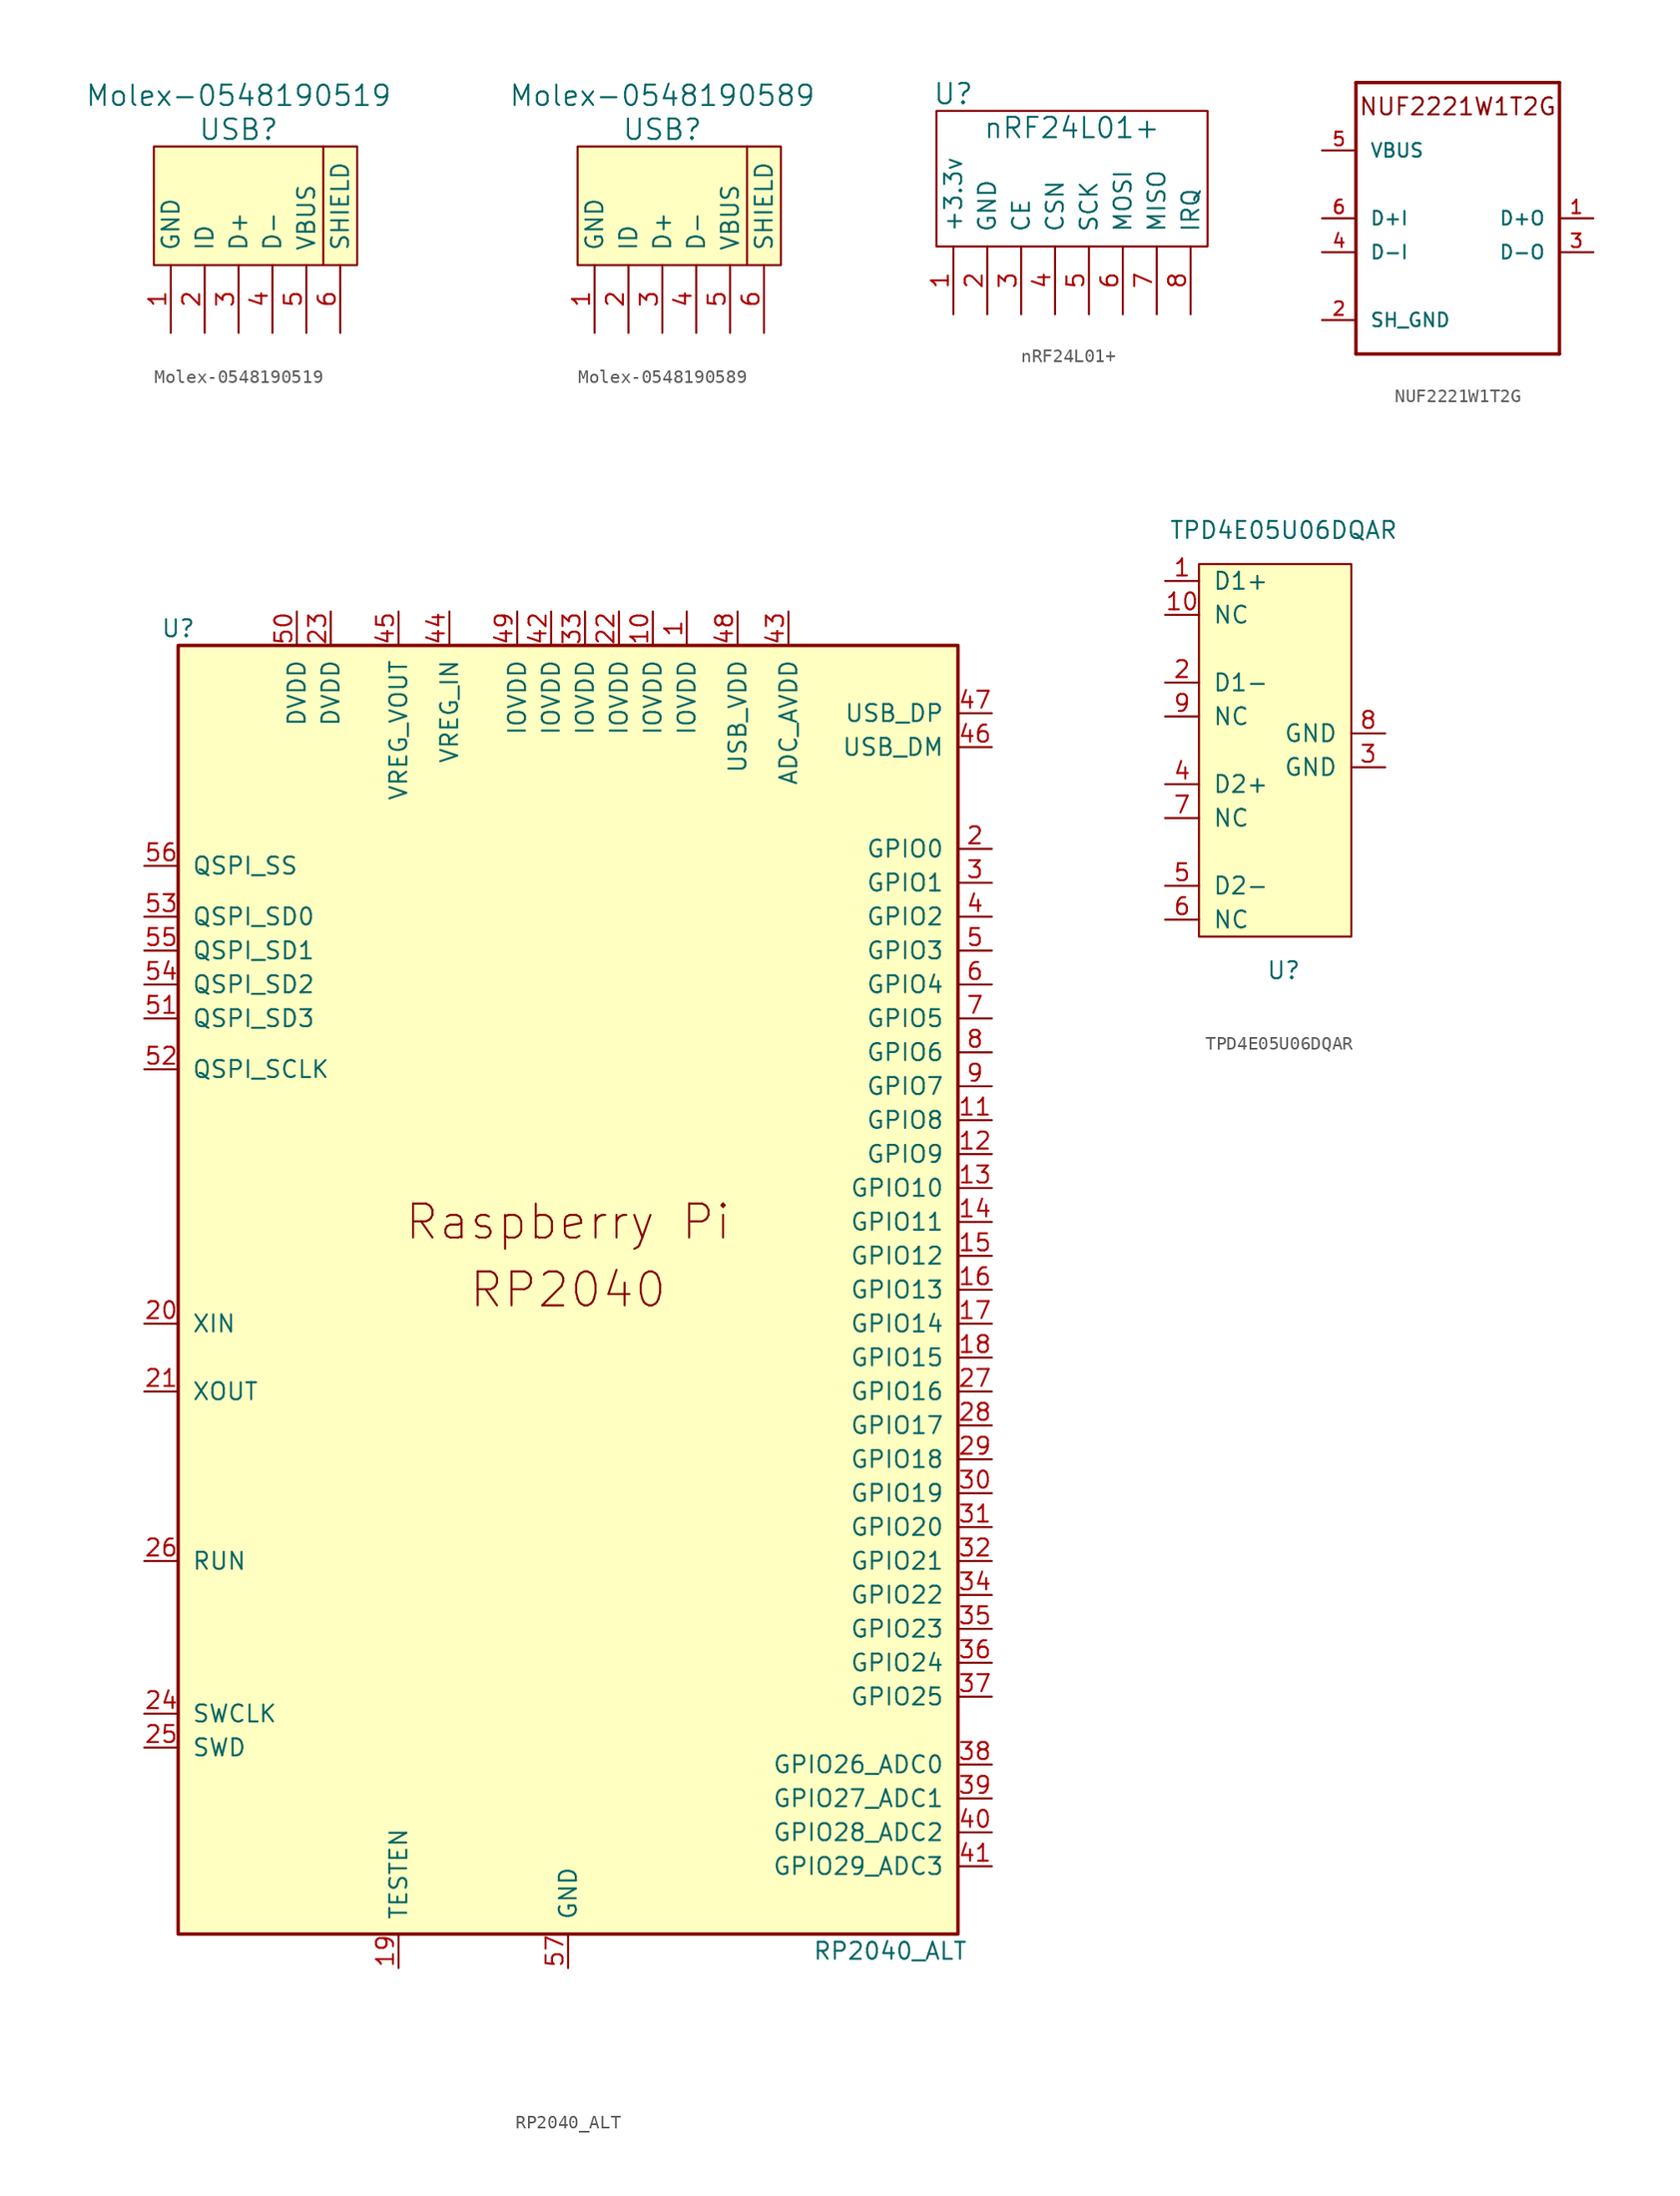
<source format=kicad_sym>
(kicad_symbol_lib
  (version 20220914)
  (generator kicad_symbol_editor)
  (symbol "Molex-0548190519"
    (pin_names
      (offset 1.016))
    (property "Reference" "USB"
      (at 0 7.62 0)
      (effects (font (size 1.524 1.524))))
    (property "Value" "Molex-0548190519"
      (at 0 10.16 0)
      (effects (font (size 1.524 1.524))))
    (symbol "Molex-0548190519_0_0"
      (polyline (pts (xy 6.35 -2.54) (xy 6.35 6.35)) (stroke (width 0) (type solid)) (fill (type none)))
      (rectangle (start 8.89 -2.54) (end -6.35 6.35) (stroke (width 0) (type solid)) (fill (type background))))
    (symbol "Molex-0548190519_1_1"
      (pin input line (at -5.08 -7.62 90) (length 5.08) (name "GND" (effects (font (size 1.27 1.27)))) (number "1" (effects (font (size 1.27 1.27)))))
      (pin input line (at -2.54 -7.62 90) (length 5.08) (name "ID" (effects (font (size 1.27 1.27)))) (number "2" (effects (font (size 1.27 1.27)))))
      (pin input line (at 0 -7.62 90) (length 5.08) (name "D+" (effects (font (size 1.27 1.27)))) (number "3" (effects (font (size 1.27 1.27)))))
      (pin input line (at 2.54 -7.62 90) (length 5.08) (name "D-" (effects (font (size 1.27 1.27)))) (number "4" (effects (font (size 1.27 1.27)))))
      (pin input line (at 5.08 -7.62 90) (length 5.08) (name "VBUS" (effects (font (size 1.27 1.27)))) (number "5" (effects (font (size 1.27 1.27)))))
      (pin input line (at 7.62 -7.62 90) (length 5.08) (name "SHIELD" (effects (font (size 1.27 1.27)))) (number "6" (effects (font (size 1.27 1.27)))))))
  (symbol "Molex-0548190589"
    (pin_names
      (offset 1.016))
    (property "Reference" "USB"
      (at 0 7.62 0)
      (effects (font (size 1.524 1.524))))
    (property "Value" "Molex-0548190589"
      (at 0 10.16 0)
      (effects (font (size 1.524 1.524))))
    (symbol "Molex-0548190589_0_0"
      (polyline (pts (xy 6.35 -2.54) (xy 6.35 6.35)) (stroke (width 0) (type solid)) (fill (type none)))
      (rectangle (start 8.89 -2.54) (end -6.35 6.35) (stroke (width 0) (type solid)) (fill (type background))))
    (symbol "Molex-0548190589_1_1"
      (pin input line (at -5.08 -7.62 90) (length 5.08) (name "GND" (effects (font (size 1.27 1.27)))) (number "1" (effects (font (size 1.27 1.27)))))
      (pin input line (at -2.54 -7.62 90) (length 5.08) (name "ID" (effects (font (size 1.27 1.27)))) (number "2" (effects (font (size 1.27 1.27)))))
      (pin input line (at 0 -7.62 90) (length 5.08) (name "D+" (effects (font (size 1.27 1.27)))) (number "3" (effects (font (size 1.27 1.27)))))
      (pin input line (at 2.54 -7.62 90) (length 5.08) (name "D-" (effects (font (size 1.27 1.27)))) (number "4" (effects (font (size 1.27 1.27)))))
      (pin input line (at 5.08 -7.62 90) (length 5.08) (name "VBUS" (effects (font (size 1.27 1.27)))) (number "5" (effects (font (size 1.27 1.27)))))
      (pin input line (at 7.62 -7.62 90) (length 5.08) (name "SHIELD" (effects (font (size 1.27 1.27)))) (number "6" (effects (font (size 1.27 1.27)))))))
  (symbol "nRF24L01+"
    (pin_names
      (offset 1.016))
    (property "Reference" "U"
      (at -8.89 6.35 0)
      (effects (font (size 1.524 1.524))))
    (property "Value" "nRF24L01+"
      (at 0 3.81 0)
      (effects (font (size 1.524 1.524))))
    (property "Footprint" ""
      (at -3.81 -5.08 0)
      (effects (font (size 1.524 1.524))))
    (property "Datasheet" ""
      (at -3.81 -5.08 0)
      (effects (font (size 1.524 1.524))))
    (symbol "nRF24L01+_0_1"
      (rectangle (start -10.16 5.08) (end 10.16 -5.08) (stroke (width 0) (type solid)) (fill (type none))))
    (symbol "nRF24L01+_1_1"
      (pin bidirectional line (at -8.89 -10.16 90) (length 5.08) (name "+3.3v" (effects (font (size 1.27 1.27)))) (number "1" (effects (font (size 1.27 1.27)))))
      (pin bidirectional line (at -6.35 -10.16 90) (length 5.08) (name "GND" (effects (font (size 1.27 1.27)))) (number "2" (effects (font (size 1.27 1.27)))))
      (pin bidirectional line (at -3.81 -10.16 90) (length 5.08) (name "CE" (effects (font (size 1.27 1.27)))) (number "3" (effects (font (size 1.27 1.27)))))
      (pin bidirectional line (at -1.27 -10.16 90) (length 5.08) (name "CSN" (effects (font (size 1.27 1.27)))) (number "4" (effects (font (size 1.27 1.27)))))
      (pin bidirectional line (at 1.27 -10.16 90) (length 5.08) (name "SCK" (effects (font (size 1.27 1.27)))) (number "5" (effects (font (size 1.27 1.27)))))
      (pin bidirectional line (at 3.81 -10.16 90) (length 5.08) (name "MOSI" (effects (font (size 1.27 1.27)))) (number "6" (effects (font (size 1.27 1.27)))))
      (pin bidirectional line (at 6.35 -10.16 90) (length 5.08) (name "MISO" (effects (font (size 1.27 1.27)))) (number "7" (effects (font (size 1.27 1.27)))))
      (pin bidirectional line (at 8.89 -10.16 90) (length 5.08) (name "IRQ" (effects (font (size 1.27 1.27)))) (number "8" (effects (font (size 1.27 1.27)))))))
  (symbol "NUF2221W1T2G"
    (pin_names
      (offset 1.016))
    (property "Reference" "IC"
      (at 0 0 0)
      (effects (font (size 1.27 1.27)) (justify left bottom) hide))
    (property "ki_locked" ""
      (at 0 0 0)
      (effects (font (size 1.27 1.27))))
    (symbol "NUF2221W1T2G_0_0"
      (polyline (pts (xy -7.62 -12.7) (xy -7.62 7.62)) (stroke (width 0.254) (type solid)) (fill (type none)))
      (polyline (pts (xy -7.62 7.62) (xy 7.62 7.62)) (stroke (width 0.254) (type solid)) (fill (type none)))
      (polyline (pts (xy 7.62 -12.7) (xy -7.62 -12.7)) (stroke (width 0.254) (type solid)) (fill (type none)))
      (polyline (pts (xy 7.62 7.62) (xy 7.62 -12.7)) (stroke (width 0.254) (type solid)) (fill (type none)))
      (text "NUF2221W1T2G" (at 0 5.08 0) (effects (font (size 1.27 1.27)) (justify bottom)))
      (pin bidirectional line (at 10.16 -2.54 180) (length 2.54) (name "D+O" (effects (font (size 1.016 1.016)))) (number "1" (effects (font (size 1.016 1.016)))))
      (pin output line (at -10.16 -10.16 0) (length 2.54) (name "SH_GND" (effects (font (size 1.016 1.016)))) (number "2" (effects (font (size 1.016 1.016)))))
      (pin bidirectional line (at 10.16 -5.08 180) (length 2.54) (name "D-O" (effects (font (size 1.016 1.016)))) (number "3" (effects (font (size 1.016 1.016)))))
      (pin bidirectional line (at -10.16 -5.08 0) (length 2.54) (name "D-I" (effects (font (size 1.016 1.016)))) (number "4" (effects (font (size 1.016 1.016)))))
      (pin power_in line (at -10.16 2.54 0) (length 2.54) (name "VBUS" (effects (font (size 1.016 1.016)))) (number "5" (effects (font (size 1.016 1.016)))))
      (pin bidirectional line (at -10.16 -2.54 0) (length 2.54) (name "D+I" (effects (font (size 1.016 1.016)))) (number "6" (effects (font (size 1.016 1.016)))))))
  (symbol "RP2040_ALT"
    (pin_names
      (offset 1.016))
    (property "Reference" "U"
      (at -29.21 49.53 0)
      (effects (font (size 1.27 1.27))))
    (property "Value" "RP2040_ALT"
      (at 24.13 -49.53 0)
      (effects (font (size 1.27 1.27))))
    (symbol "RP2040_ALT_0_0"
      (text "Raspberry Pi" (at 0 5.08 0) (effects (font (size 2.54 2.54))))
      (text "RP2040" (at 0 0 0) (effects (font (size 2.54 2.54)))))
    (symbol "RP2040_ALT_0_1"
      (rectangle (start 29.21 48.26) (end -29.21 -48.26) (stroke (width 0.254) (type default)) (fill (type background))))
    (symbol "RP2040_ALT_1_1"
      (pin power_in line (at 8.89 50.8 270) (length 2.54) (name "IOVDD" (effects (font (size 1.27 1.27)))) (number "1" (effects (font (size 1.27 1.27)))))
      (pin power_in line (at 6.35 50.8 270) (length 2.54) (name "IOVDD" (effects (font (size 1.27 1.27)))) (number "10" (effects (font (size 1.27 1.27)))))
      (pin bidirectional line (at 31.75 12.7 180) (length 2.54) (name "GPIO8" (effects (font (size 1.27 1.27)))) (number "11" (effects (font (size 1.27 1.27)))))
      (pin bidirectional line (at 31.75 10.16 180) (length 2.54) (name "GPIO9" (effects (font (size 1.27 1.27)))) (number "12" (effects (font (size 1.27 1.27)))))
      (pin bidirectional line (at 31.75 7.62 180) (length 2.54) (name "GPIO10" (effects (font (size 1.27 1.27)))) (number "13" (effects (font (size 1.27 1.27)))))
      (pin bidirectional line (at 31.75 5.08 180) (length 2.54) (name "GPIO11" (effects (font (size 1.27 1.27)))) (number "14" (effects (font (size 1.27 1.27)))))
      (pin bidirectional line (at 31.75 2.54 180) (length 2.54) (name "GPIO12" (effects (font (size 1.27 1.27)))) (number "15" (effects (font (size 1.27 1.27)))))
      (pin bidirectional line (at 31.75 0 180) (length 2.54) (name "GPIO13" (effects (font (size 1.27 1.27)))) (number "16" (effects (font (size 1.27 1.27)))))
      (pin bidirectional line (at 31.75 -2.54 180) (length 2.54) (name "GPIO14" (effects (font (size 1.27 1.27)))) (number "17" (effects (font (size 1.27 1.27)))))
      (pin bidirectional line (at 31.75 -5.08 180) (length 2.54) (name "GPIO15" (effects (font (size 1.27 1.27)))) (number "18" (effects (font (size 1.27 1.27)))))
      (pin passive line (at -12.7 -50.8 90) (length 2.54) (name "TESTEN" (effects (font (size 1.27 1.27)))) (number "19" (effects (font (size 1.27 1.27)))))
      (pin bidirectional line (at 31.75 33.02 180) (length 2.54) (name "GPIO0" (effects (font (size 1.27 1.27)))) (number "2" (effects (font (size 1.27 1.27)))))
      (pin input line (at -31.75 -2.54 0) (length 2.54) (name "XIN" (effects (font (size 1.27 1.27)))) (number "20" (effects (font (size 1.27 1.27)))))
      (pin passive line (at -31.75 -7.62 0) (length 2.54) (name "XOUT" (effects (font (size 1.27 1.27)))) (number "21" (effects (font (size 1.27 1.27)))))
      (pin power_in line (at 3.81 50.8 270) (length 2.54) (name "IOVDD" (effects (font (size 1.27 1.27)))) (number "22" (effects (font (size 1.27 1.27)))))
      (pin power_in line (at -17.78 50.8 270) (length 2.54) (name "DVDD" (effects (font (size 1.27 1.27)))) (number "23" (effects (font (size 1.27 1.27)))))
      (pin output line (at -31.75 -31.75 0) (length 2.54) (name "SWCLK" (effects (font (size 1.27 1.27)))) (number "24" (effects (font (size 1.27 1.27)))))
      (pin bidirectional line (at -31.75 -34.29 0) (length 2.54) (name "SWD" (effects (font (size 1.27 1.27)))) (number "25" (effects (font (size 1.27 1.27)))))
      (pin input line (at -31.75 -20.32 0) (length 2.54) (name "RUN" (effects (font (size 1.27 1.27)))) (number "26" (effects (font (size 1.27 1.27)))))
      (pin bidirectional line (at 31.75 -7.62 180) (length 2.54) (name "GPIO16" (effects (font (size 1.27 1.27)))) (number "27" (effects (font (size 1.27 1.27)))))
      (pin bidirectional line (at 31.75 -10.16 180) (length 2.54) (name "GPIO17" (effects (font (size 1.27 1.27)))) (number "28" (effects (font (size 1.27 1.27)))))
      (pin bidirectional line (at 31.75 -12.7 180) (length 2.54) (name "GPIO18" (effects (font (size 1.27 1.27)))) (number "29" (effects (font (size 1.27 1.27)))))
      (pin bidirectional line (at 31.75 30.48 180) (length 2.54) (name "GPIO1" (effects (font (size 1.27 1.27)))) (number "3" (effects (font (size 1.27 1.27)))))
      (pin bidirectional line (at 31.75 -15.24 180) (length 2.54) (name "GPIO19" (effects (font (size 1.27 1.27)))) (number "30" (effects (font (size 1.27 1.27)))))
      (pin bidirectional line (at 31.75 -17.78 180) (length 2.54) (name "GPIO20" (effects (font (size 1.27 1.27)))) (number "31" (effects (font (size 1.27 1.27)))))
      (pin bidirectional line (at 31.75 -20.32 180) (length 2.54) (name "GPIO21" (effects (font (size 1.27 1.27)))) (number "32" (effects (font (size 1.27 1.27)))))
      (pin power_in line (at 1.27 50.8 270) (length 2.54) (name "IOVDD" (effects (font (size 1.27 1.27)))) (number "33" (effects (font (size 1.27 1.27)))))
      (pin bidirectional line (at 31.75 -22.86 180) (length 2.54) (name "GPIO22" (effects (font (size 1.27 1.27)))) (number "34" (effects (font (size 1.27 1.27)))))
      (pin bidirectional line (at 31.75 -25.4 180) (length 2.54) (name "GPIO23" (effects (font (size 1.27 1.27)))) (number "35" (effects (font (size 1.27 1.27)))))
      (pin bidirectional line (at 31.75 -27.94 180) (length 2.54) (name "GPIO24" (effects (font (size 1.27 1.27)))) (number "36" (effects (font (size 1.27 1.27)))))
      (pin bidirectional line (at 31.75 -30.48 180) (length 2.54) (name "GPIO25" (effects (font (size 1.27 1.27)))) (number "37" (effects (font (size 1.27 1.27)))))
      (pin bidirectional line (at 31.75 -35.56 180) (length 2.54) (name "GPIO26_ADC0" (effects (font (size 1.27 1.27)))) (number "38" (effects (font (size 1.27 1.27)))))
      (pin bidirectional line (at 31.75 -38.1 180) (length 2.54) (name "GPIO27_ADC1" (effects (font (size 1.27 1.27)))) (number "39" (effects (font (size 1.27 1.27)))))
      (pin bidirectional line (at 31.75 27.94 180) (length 2.54) (name "GPIO2" (effects (font (size 1.27 1.27)))) (number "4" (effects (font (size 1.27 1.27)))))
      (pin bidirectional line (at 31.75 -40.64 180) (length 2.54) (name "GPIO28_ADC2" (effects (font (size 1.27 1.27)))) (number "40" (effects (font (size 1.27 1.27)))))
      (pin bidirectional line (at 31.75 -43.18 180) (length 2.54) (name "GPIO29_ADC3" (effects (font (size 1.27 1.27)))) (number "41" (effects (font (size 1.27 1.27)))))
      (pin power_in line (at -1.27 50.8 270) (length 2.54) (name "IOVDD" (effects (font (size 1.27 1.27)))) (number "42" (effects (font (size 1.27 1.27)))))
      (pin power_in line (at 16.51 50.8 270) (length 2.54) (name "ADC_AVDD" (effects (font (size 1.27 1.27)))) (number "43" (effects (font (size 1.27 1.27)))))
      (pin power_in line (at -8.89 50.8 270) (length 2.54) (name "VREG_IN" (effects (font (size 1.27 1.27)))) (number "44" (effects (font (size 1.27 1.27)))))
      (pin power_out line (at -12.7 50.8 270) (length 2.54) (name "VREG_VOUT" (effects (font (size 1.27 1.27)))) (number "45" (effects (font (size 1.27 1.27)))))
      (pin bidirectional line (at 31.75 40.64 180) (length 2.54) (name "USB_DM" (effects (font (size 1.27 1.27)))) (number "46" (effects (font (size 1.27 1.27)))))
      (pin bidirectional line (at 31.75 43.18 180) (length 2.54) (name "USB_DP" (effects (font (size 1.27 1.27)))) (number "47" (effects (font (size 1.27 1.27)))))
      (pin power_in line (at 12.7 50.8 270) (length 2.54) (name "USB_VDD" (effects (font (size 1.27 1.27)))) (number "48" (effects (font (size 1.27 1.27)))))
      (pin power_in line (at -3.81 50.8 270) (length 2.54) (name "IOVDD" (effects (font (size 1.27 1.27)))) (number "49" (effects (font (size 1.27 1.27)))))
      (pin bidirectional line (at 31.75 25.4 180) (length 2.54) (name "GPIO3" (effects (font (size 1.27 1.27)))) (number "5" (effects (font (size 1.27 1.27)))))
      (pin power_in line (at -20.32 50.8 270) (length 2.54) (name "DVDD" (effects (font (size 1.27 1.27)))) (number "50" (effects (font (size 1.27 1.27)))))
      (pin bidirectional line (at -31.75 20.32 0) (length 2.54) (name "QSPI_SD3" (effects (font (size 1.27 1.27)))) (number "51" (effects (font (size 1.27 1.27)))))
      (pin output line (at -31.75 16.51 0) (length 2.54) (name "QSPI_SCLK" (effects (font (size 1.27 1.27)))) (number "52" (effects (font (size 1.27 1.27)))))
      (pin bidirectional line (at -31.75 27.94 0) (length 2.54) (name "QSPI_SD0" (effects (font (size 1.27 1.27)))) (number "53" (effects (font (size 1.27 1.27)))))
      (pin bidirectional line (at -31.75 22.86 0) (length 2.54) (name "QSPI_SD2" (effects (font (size 1.27 1.27)))) (number "54" (effects (font (size 1.27 1.27)))))
      (pin bidirectional line (at -31.75 25.4 0) (length 2.54) (name "QSPI_SD1" (effects (font (size 1.27 1.27)))) (number "55" (effects (font (size 1.27 1.27)))))
      (pin bidirectional line (at -31.75 31.75 0) (length 2.54) (name "QSPI_SS" (effects (font (size 1.27 1.27)))) (number "56" (effects (font (size 1.27 1.27)))))
      (pin power_in line (at 0 -50.8 90) (length 2.54) (name "GND" (effects (font (size 1.27 1.27)))) (number "57" (effects (font (size 1.27 1.27)))))
      (pin bidirectional line (at 31.75 22.86 180) (length 2.54) (name "GPIO4" (effects (font (size 1.27 1.27)))) (number "6" (effects (font (size 1.27 1.27)))))
      (pin bidirectional line (at 31.75 20.32 180) (length 2.54) (name "GPIO5" (effects (font (size 1.27 1.27)))) (number "7" (effects (font (size 1.27 1.27)))))
      (pin bidirectional line (at 31.75 17.78 180) (length 2.54) (name "GPIO6" (effects (font (size 1.27 1.27)))) (number "8" (effects (font (size 1.27 1.27)))))
      (pin bidirectional line (at 31.75 15.24 180) (length 2.54) (name "GPIO7" (effects (font (size 1.27 1.27)))) (number "9" (effects (font (size 1.27 1.27)))))))
  (symbol "TPD4E05U06DQAR"
    (pin_names
      (offset 1.016))
    (property "Reference" "U"
      (at 0 -16.51 0)
      (effects (font (size 1.27 1.27))))
    (property "Value" "TPD4E05U06DQAR"
      (at 0 16.51 0)
      (effects (font (size 1.27 1.27))))
    (symbol "TPD4E05U06DQAR_0_1"
      (rectangle (start -6.35 13.97) (end 5.08 -13.97) (stroke (width 0) (type solid)) (fill (type background))))
    (symbol "TPD4E05U06DQAR_1_1"
      (pin passive line (at -8.89 12.7 0) (length 2.54) (name "D1+" (effects (font (size 1.27 1.27)))) (number "1" (effects (font (size 1.27 1.27)))))
      (pin passive line (at -8.89 10.16 0) (length 2.54) (name "NC" (effects (font (size 1.27 1.27)))) (number "10" (effects (font (size 1.27 1.27)))))
      (pin passive line (at -8.89 5.08 0) (length 2.54) (name "D1-" (effects (font (size 1.27 1.27)))) (number "2" (effects (font (size 1.27 1.27)))))
      (pin passive line (at 7.62 -1.27 180) (length 2.54) (name "GND" (effects (font (size 1.27 1.27)))) (number "3" (effects (font (size 1.27 1.27)))))
      (pin passive line (at -8.89 -2.54 0) (length 2.54) (name "D2+" (effects (font (size 1.27 1.27)))) (number "4" (effects (font (size 1.27 1.27)))))
      (pin passive line (at -8.89 -10.16 0) (length 2.54) (name "D2-" (effects (font (size 1.27 1.27)))) (number "5" (effects (font (size 1.27 1.27)))))
      (pin passive line (at -8.89 -12.7 0) (length 2.54) (name "NC" (effects (font (size 1.27 1.27)))) (number "6" (effects (font (size 1.27 1.27)))))
      (pin passive line (at -8.89 -5.08 0) (length 2.54) (name "NC" (effects (font (size 1.27 1.27)))) (number "7" (effects (font (size 1.27 1.27)))))
      (pin passive line (at 7.62 1.27 180) (length 2.54) (name "GND" (effects (font (size 1.27 1.27)))) (number "8" (effects (font (size 1.27 1.27)))))
      (pin passive line (at -8.89 2.54 0) (length 2.54) (name "NC" (effects (font (size 1.27 1.27)))) (number "9" (effects (font (size 1.27 1.27))))))))
</source>
